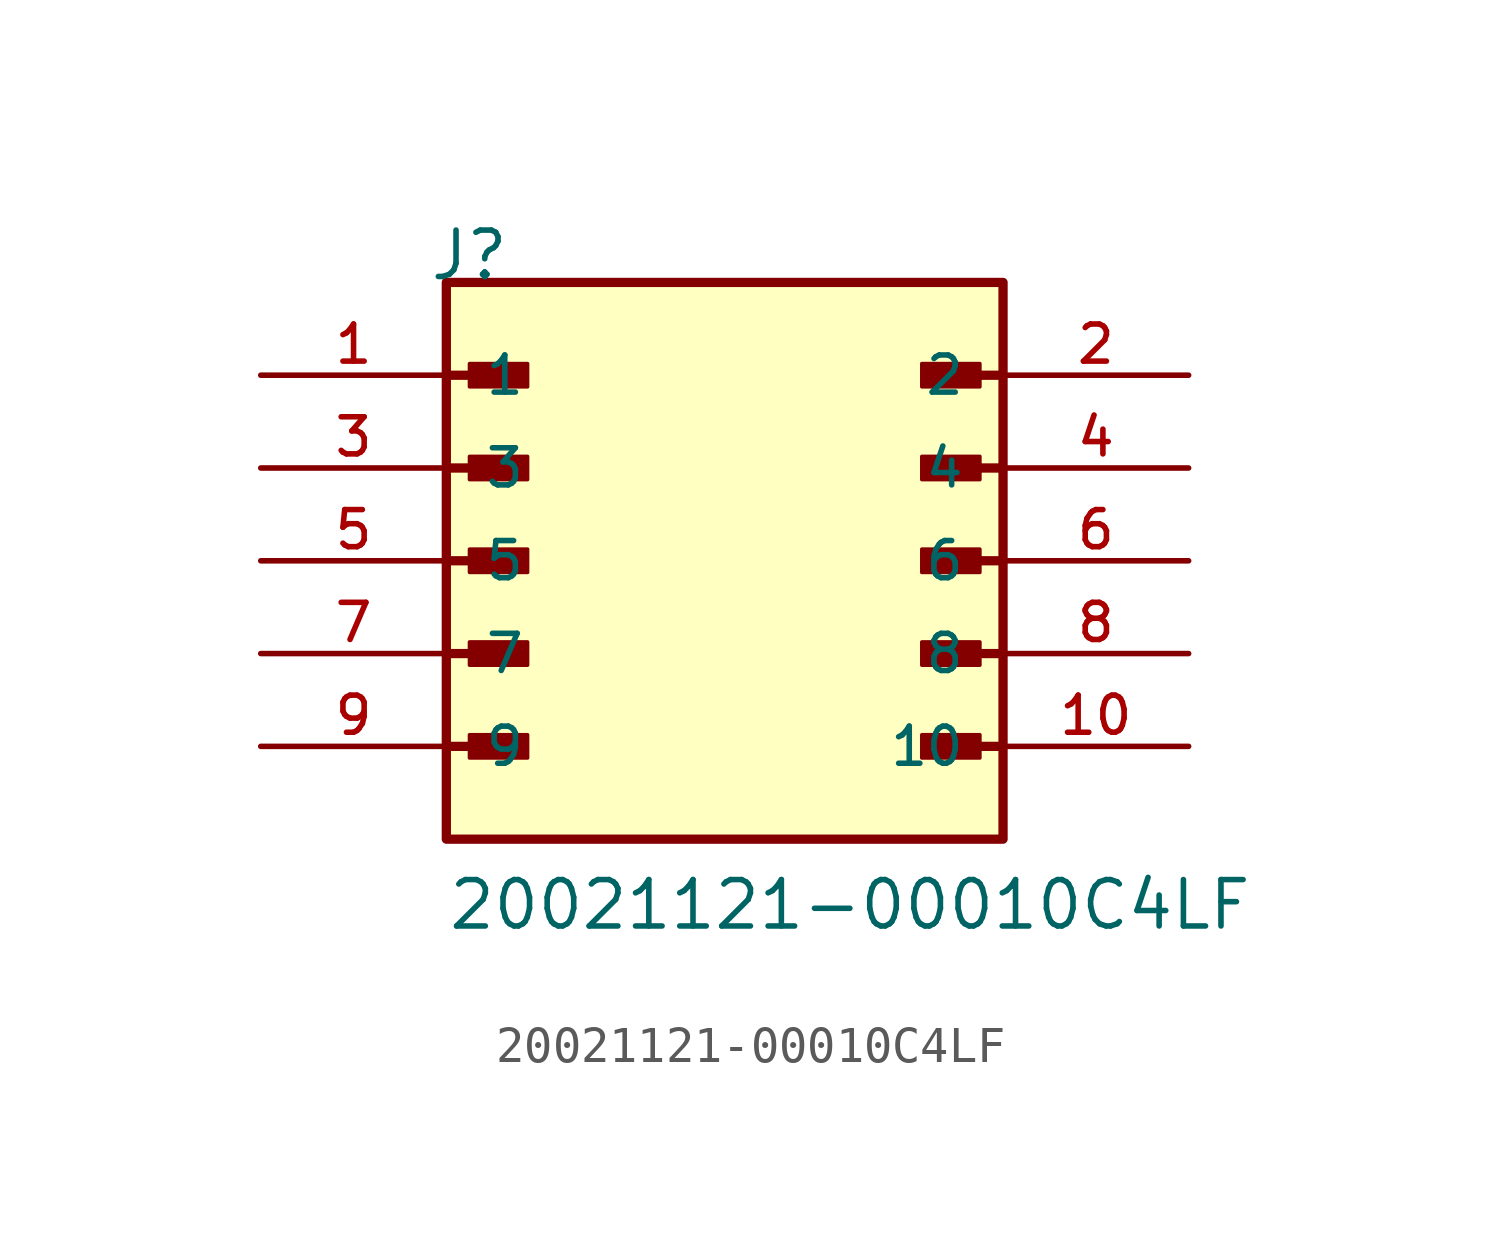
<source format=kicad_sym>
(kicad_symbol_lib
  (version 20211014)
  (generator kicad_symbol_editor)
  (symbol "20021121-00010C4LF"
    (pin_names
      (offset 1.016))
    (property "Reference" "J"
      (at -8.12 7.62 0)
      (effects (font (size 1.27 1.27)) (justify bottom left)))
    (property "Value" "20021121-00010C4LF"
      (at -7.62 -10.16 0)
      (effects (font (size 1.27 1.27)) (justify bottom left)))
    (symbol "20021121-00010C4LF_0_0"
      (polyline (pts (xy -7.62 5.08) (xy -5.715 5.08)) (stroke (width 0.254)))
      (rectangle (start -6.985 4.763) (end -5.397 5.397) (stroke (width 0.1)) (fill (type outline)))
      (polyline (pts (xy 7.62 5.08) (xy 5.715 5.08)) (stroke (width 0.254)))
      (rectangle (start 5.397 4.763) (end 6.985 5.397) (stroke (width 0.1)) (fill (type outline)))
      (polyline (pts (xy -7.62 2.54) (xy -5.715 2.54)) (stroke (width 0.254)))
      (rectangle (start -6.985 2.223) (end -5.397 2.857) (stroke (width 0.1)) (fill (type outline)))
      (polyline (pts (xy 7.62 2.54) (xy 5.715 2.54)) (stroke (width 0.254)))
      (rectangle (start 5.397 2.223) (end 6.985 2.857) (stroke (width 0.1)) (fill (type outline)))
      (polyline (pts (xy -7.62 0.0) (xy -5.715 0.0)) (stroke (width 0.254)))
      (rectangle (start -6.985 -0.318) (end -5.397 0.318) (stroke (width 0.1)) (fill (type outline)))
      (polyline (pts (xy 7.62 0.0) (xy 5.715 0.0)) (stroke (width 0.254)))
      (rectangle (start 5.397 -0.318) (end 6.985 0.318) (stroke (width 0.1)) (fill (type outline)))
      (polyline (pts (xy -7.62 -2.54) (xy -5.715 -2.54)) (stroke (width 0.254)))
      (rectangle (start -6.985 -2.857) (end -5.397 -2.223) (stroke (width 0.1)) (fill (type outline)))
      (polyline (pts (xy 7.62 -2.54) (xy 5.715 -2.54)) (stroke (width 0.254)))
      (rectangle (start 5.397 -2.857) (end 6.985 -2.223) (stroke (width 0.1)) (fill (type outline)))
      (polyline (pts (xy -7.62 -5.08) (xy -5.715 -5.08)) (stroke (width 0.254)))
      (rectangle (start -6.985 -5.397) (end -5.397 -4.763) (stroke (width 0.1)) (fill (type outline)))
      (polyline (pts (xy 7.62 -5.08) (xy 5.715 -5.08)) (stroke (width 0.254)))
      (rectangle (start 5.397 -5.397) (end 6.985 -4.763) (stroke (width 0.1)) (fill (type outline)))
      (rectangle (start -7.62 -7.62) (end 7.62 7.62) (stroke (width 0.254)) (fill (type background)))
      (pin passive line (at -12.7 5.08 0) (length 5.08) (name "1" (effects (font (size 1.016 1.016)))) (number "1" (effects (font (size 1.016 1.016)))))
      (pin passive line (at 12.7 5.08 180.0) (length 5.08) (name "2" (effects (font (size 1.016 1.016)))) (number "2" (effects (font (size 1.016 1.016)))))
      (pin passive line (at -12.7 2.54 0) (length 5.08) (name "3" (effects (font (size 1.016 1.016)))) (number "3" (effects (font (size 1.016 1.016)))))
      (pin passive line (at 12.7 2.54 180.0) (length 5.08) (name "4" (effects (font (size 1.016 1.016)))) (number "4" (effects (font (size 1.016 1.016)))))
      (pin passive line (at -12.7 0.0 0) (length 5.08) (name "5" (effects (font (size 1.016 1.016)))) (number "5" (effects (font (size 1.016 1.016)))))
      (pin passive line (at 12.7 0.0 180.0) (length 5.08) (name "6" (effects (font (size 1.016 1.016)))) (number "6" (effects (font (size 1.016 1.016)))))
      (pin passive line (at -12.7 -2.54 0) (length 5.08) (name "7" (effects (font (size 1.016 1.016)))) (number "7" (effects (font (size 1.016 1.016)))))
      (pin passive line (at 12.7 -2.54 180.0) (length 5.08) (name "8" (effects (font (size 1.016 1.016)))) (number "8" (effects (font (size 1.016 1.016)))))
      (pin passive line (at -12.7 -5.08 0) (length 5.08) (name "9" (effects (font (size 1.016 1.016)))) (number "9" (effects (font (size 1.016 1.016)))))
      (pin passive line (at 12.7 -5.08 180.0) (length 5.08) (name "10" (effects (font (size 1.016 1.016)))) (number "10" (effects (font (size 1.016 1.016))))))))
</source>
